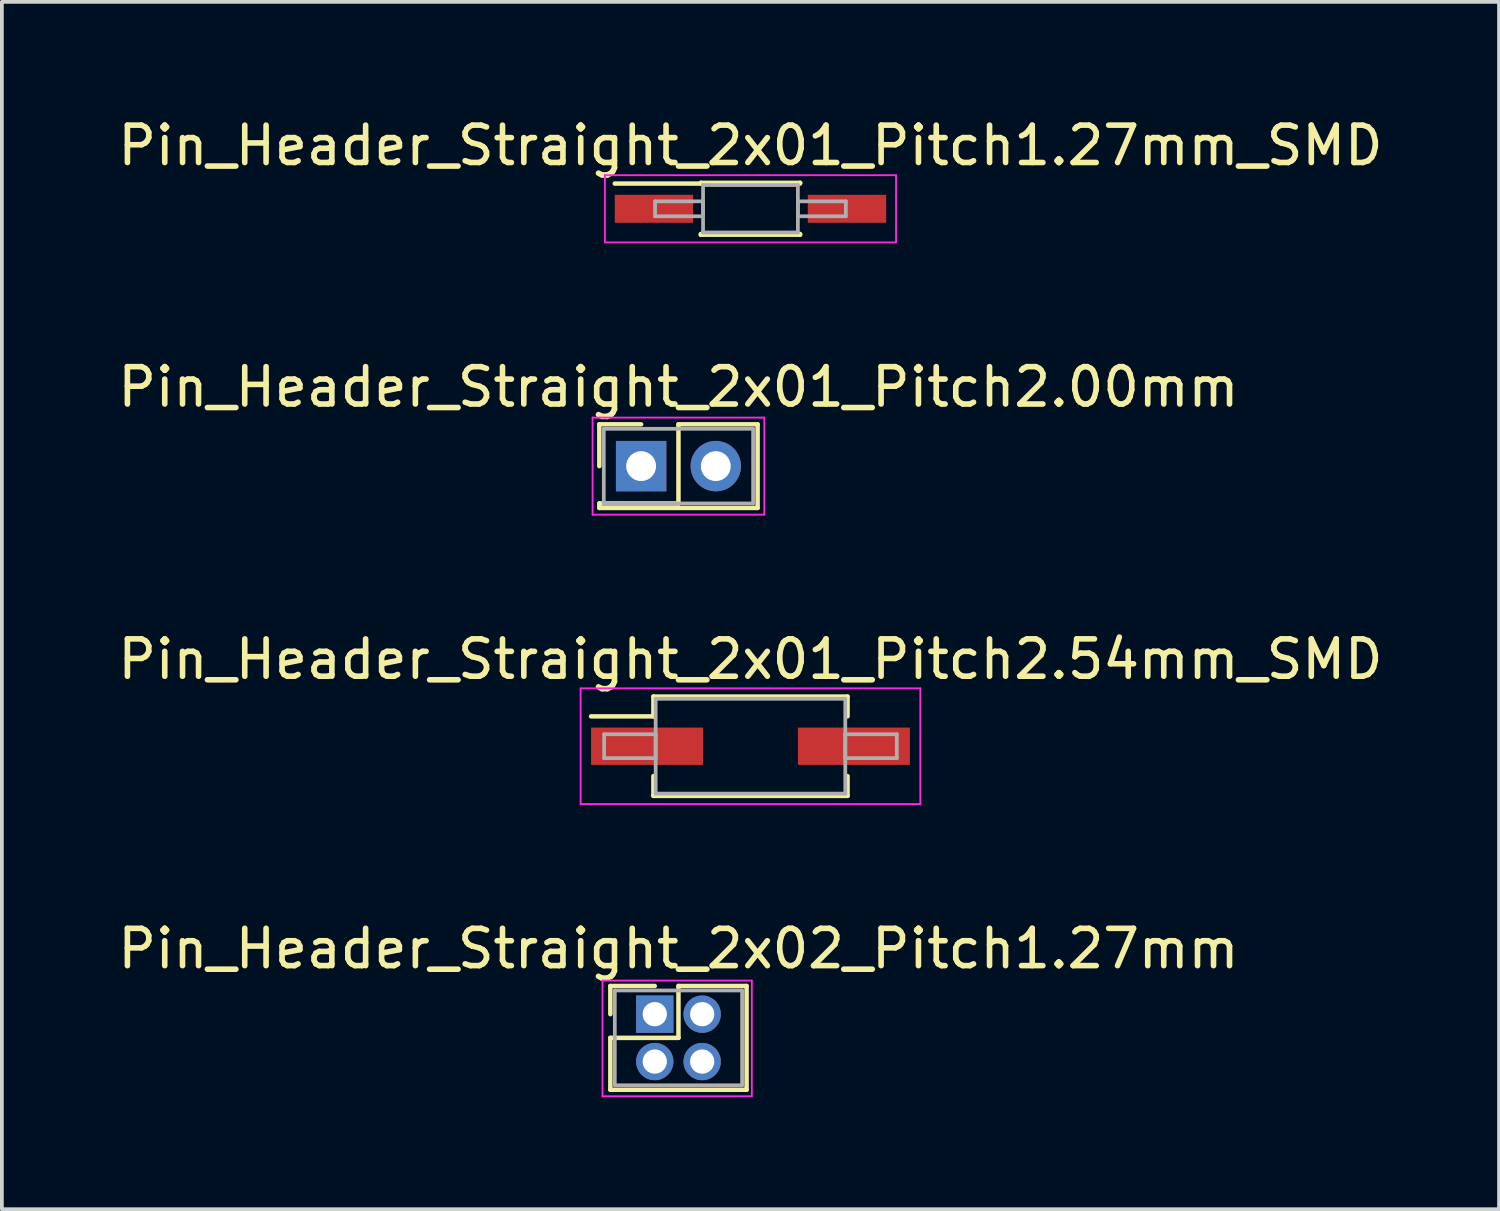
<source format=kicad_pcb>
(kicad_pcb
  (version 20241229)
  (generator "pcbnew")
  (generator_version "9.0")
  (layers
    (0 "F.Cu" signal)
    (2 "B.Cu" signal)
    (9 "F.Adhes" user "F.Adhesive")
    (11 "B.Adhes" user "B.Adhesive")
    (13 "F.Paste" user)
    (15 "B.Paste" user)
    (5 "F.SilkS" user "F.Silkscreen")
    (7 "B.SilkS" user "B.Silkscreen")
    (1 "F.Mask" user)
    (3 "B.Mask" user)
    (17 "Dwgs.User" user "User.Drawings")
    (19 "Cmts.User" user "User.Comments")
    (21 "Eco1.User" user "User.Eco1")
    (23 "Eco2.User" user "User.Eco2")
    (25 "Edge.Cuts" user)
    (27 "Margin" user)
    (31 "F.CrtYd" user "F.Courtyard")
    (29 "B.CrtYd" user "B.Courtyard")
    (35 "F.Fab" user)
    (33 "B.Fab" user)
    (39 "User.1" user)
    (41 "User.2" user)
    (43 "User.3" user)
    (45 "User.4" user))
  (footprint "Pin_Header_Straight_2x01_Pitch1.27mm_SMD"
    (layer "F.Cu")
    (at 17.054 2.543)
    (property "Reference" "Pin_Header_Straight_2x01_Pitch1.27mm_SMD" (at 0 -1.695 0) (layer "F.SilkS") (effects (font (size 1 1) (thickness 0.15))))
    (attr smd)
    (fp_line (start -3.635 -0.675) (end -1.33 -0.675) (stroke (width 0.12) (type solid)) (layer "F.SilkS"))
    (fp_line (start -1.33 -0.695) (end 1.33 -0.695) (stroke (width 0.12) (type solid)) (layer "F.SilkS"))
    (fp_line (start -1.33 -0.675) (end -1.33 -0.695) (stroke (width 0.12) (type solid)) (layer "F.SilkS"))
    (fp_line (start -1.33 0.675) (end -1.33 0.695) (stroke (width 0.12) (type solid)) (layer "F.SilkS"))
    (fp_line (start -1.33 0.695) (end 1.33 0.695) (stroke (width 0.12) (type solid)) (layer "F.SilkS"))
    (fp_line (start 1.33 -0.695) (end 1.33 -0.675) (stroke (width 0.12) (type solid)) (layer "F.SilkS"))
    (fp_line (start 1.33 0.695) (end 1.33 0.675) (stroke (width 0.12) (type solid)) (layer "F.SilkS"))
    (fp_line (start -3.9 -0.9) (end -3.9 0.9) (stroke (width 0.05) (type solid)) (layer "F.CrtYd"))
    (fp_line (start -3.9 0.9) (end 3.9 0.9) (stroke (width 0.05) (type solid)) (layer "F.CrtYd"))
    (fp_line (start 3.9 -0.9) (end -3.9 -0.9) (stroke (width 0.05) (type solid)) (layer "F.CrtYd"))
    (fp_line (start 3.9 0.9) (end 3.9 -0.9) (stroke (width 0.05) (type solid)) (layer "F.CrtYd"))
    (fp_line (start -2.555 -0.2) (end -1.27 -0.2) (stroke (width 0.1) (type solid)) (layer "F.Fab"))
    (fp_line (start -2.555 0.2) (end -2.555 -0.2) (stroke (width 0.1) (type solid)) (layer "F.Fab"))
    (fp_line (start -1.27 -0.635) (end -1.27 0.635) (stroke (width 0.1) (type solid)) (layer "F.Fab"))
    (fp_line (start -1.27 -0.2) (end -1.27 0.2) (stroke (width 0.1) (type solid)) (layer "F.Fab"))
    (fp_line (start -1.27 0.2) (end -2.555 0.2) (stroke (width 0.1) (type solid)) (layer "F.Fab"))
    (fp_line (start -1.27 0.635) (end 1.27 0.635) (stroke (width 0.1) (type solid)) (layer "F.Fab"))
    (fp_line (start 1.27 -0.635) (end -1.27 -0.635) (stroke (width 0.1) (type solid)) (layer "F.Fab"))
    (fp_line (start 1.27 -0.2) (end 1.27 0.2) (stroke (width 0.1) (type solid)) (layer "F.Fab"))
    (fp_line (start 1.27 0.2) (end 2.555 0.2) (stroke (width 0.1) (type solid)) (layer "F.Fab"))
    (fp_line (start 1.27 0.635) (end 1.27 -0.635) (stroke (width 0.1) (type solid)) (layer "F.Fab"))
    (fp_line (start 2.555 -0.2) (end 1.27 -0.2) (stroke (width 0.1) (type solid)) (layer "F.Fab"))
    (fp_line (start 2.555 0.2) (end 2.555 -0.2) (stroke (width 0.1) (type solid)) (layer "F.Fab"))
    (pad "1" smd rect (at -2.585 0) (size 2.1 0.75) (layers "F.Cu" "F.Mask"))
    (pad "2" smd rect (at 2.585 0) (size 2.1 0.75) (layers "F.Cu" "F.Mask")))
  (footprint "Pin_Header_Straight_2x01_Pitch2.00mm"
    (layer "F.Cu")
    (at 14.125 9.437)
    (property "Reference" "Pin_Header_Straight_2x01_Pitch2.00mm" (at 1 -2.12 0) (layer "F.SilkS") (effects (font (size 1 1) (thickness 0.15))))
    (attr through_hole)
    (fp_line (start -1.12 -1.12) (end 0 -1.12) (stroke (width 0.12) (type solid)) (layer "F.SilkS"))
    (fp_line (start -1.12 0) (end -1.12 -1.12) (stroke (width 0.12) (type solid)) (layer "F.SilkS"))
    (fp_line (start -1.12 1) (end -1.12 1.12) (stroke (width 0.12) (type solid)) (layer "F.SilkS"))
    (fp_line (start -1.12 1.12) (end 3.12 1.12) (stroke (width 0.12) (type solid)) (layer "F.SilkS"))
    (fp_line (start 1 -1.12) (end 1 1) (stroke (width 0.12) (type solid)) (layer "F.SilkS"))
    (fp_line (start 1 1) (end -1.12 1) (stroke (width 0.12) (type solid)) (layer "F.SilkS"))
    (fp_line (start 3.12 -1.12) (end 1 -1.12) (stroke (width 0.12) (type solid)) (layer "F.SilkS"))
    (fp_line (start 3.12 1.12) (end 3.12 -1.12) (stroke (width 0.12) (type solid)) (layer "F.SilkS"))
    (fp_line (start -1.3 -1.3) (end -1.3 1.3) (stroke (width 0.05) (type solid)) (layer "F.CrtYd"))
    (fp_line (start -1.3 1.3) (end 3.3 1.3) (stroke (width 0.05) (type solid)) (layer "F.CrtYd"))
    (fp_line (start 3.3 -1.3) (end -1.3 -1.3) (stroke (width 0.05) (type solid)) (layer "F.CrtYd"))
    (fp_line (start 3.3 1.3) (end 3.3 -1.3) (stroke (width 0.05) (type solid)) (layer "F.CrtYd"))
    (fp_line (start -1 -1) (end -1 1) (stroke (width 0.1) (type solid)) (layer "F.Fab"))
    (fp_line (start -1 1) (end 3 1) (stroke (width 0.1) (type solid)) (layer "F.Fab"))
    (fp_line (start 3 -1) (end -1 -1) (stroke (width 0.1) (type solid)) (layer "F.Fab"))
    (fp_line (start 3 1) (end 3 -1) (stroke (width 0.1) (type solid)) (layer "F.Fab"))
    (pad "1" thru_hole rect (at 0 0) (size 1.35 1.35) (drill 0.8) (layers "*.Cu" "*.Mask"))
    (pad "2" thru_hole oval (at 2 0) (size 1.35 1.35) (drill 0.8) (layers "*.Cu" "*.Mask")))
  (footprint "Pin_Header_Straight_2x02_Pitch1.27mm"
    (layer "F.Cu")
    (at 14.49 24.118)
    (property "Reference" "Pin_Header_Straight_2x02_Pitch1.27mm" (at 0.635 -1.755 0) (layer "F.SilkS") (effects (font (size 1 1) (thickness 0.15))))
    (attr through_hole)
    (fp_line (start -1.19 -0.755) (end 0 -0.755) (stroke (width 0.12) (type solid)) (layer "F.SilkS"))
    (fp_line (start -1.19 0) (end -1.19 -0.755) (stroke (width 0.12) (type solid)) (layer "F.SilkS"))
    (fp_line (start -1.19 0.635) (end -1.19 2.025) (stroke (width 0.12) (type solid)) (layer "F.SilkS"))
    (fp_line (start -1.19 2.025) (end 2.46 2.025) (stroke (width 0.12) (type solid)) (layer "F.SilkS"))
    (fp_line (start 0.635 -0.755) (end 0.635 0.635) (stroke (width 0.12) (type solid)) (layer "F.SilkS"))
    (fp_line (start 0.635 0.635) (end -1.19 0.635) (stroke (width 0.12) (type solid)) (layer "F.SilkS"))
    (fp_line (start 2.46 -0.755) (end 0.635 -0.755) (stroke (width 0.12) (type solid)) (layer "F.SilkS"))
    (fp_line (start 2.46 2.025) (end 2.46 -0.755) (stroke (width 0.12) (type solid)) (layer "F.SilkS"))
    (fp_line (start -1.4 -0.9) (end -1.4 2.2) (stroke (width 0.05) (type solid)) (layer "F.CrtYd"))
    (fp_line (start -1.4 2.2) (end 2.6 2.2) (stroke (width 0.05) (type solid)) (layer "F.CrtYd"))
    (fp_line (start 2.6 -0.9) (end -1.4 -0.9) (stroke (width 0.05) (type solid)) (layer "F.CrtYd"))
    (fp_line (start 2.6 2.2) (end 2.6 -0.9) (stroke (width 0.05) (type solid)) (layer "F.CrtYd"))
    (fp_line (start -1.07 -0.635) (end -1.07 1.905) (stroke (width 0.1) (type solid)) (layer "F.Fab"))
    (fp_line (start -1.07 1.905) (end 2.34 1.905) (stroke (width 0.1) (type solid)) (layer "F.Fab"))
    (fp_line (start 2.34 -0.635) (end -1.07 -0.635) (stroke (width 0.1) (type solid)) (layer "F.Fab"))
    (fp_line (start 2.34 1.905) (end 2.34 -0.635) (stroke (width 0.1) (type solid)) (layer "F.Fab"))
    (pad "1" thru_hole rect (at 0 0) (size 1 1) (drill 0.65) (layers "*.Cu" "*.Mask"))
    (pad "2" thru_hole oval (at 1.27 0) (size 1 1) (drill 0.65) (layers "*.Cu" "*.Mask"))
    (pad "3" thru_hole oval (at 0 1.27) (size 1 1) (drill 0.65) (layers "*.Cu" "*.Mask"))
    (pad "4" thru_hole oval (at 1.27 1.27) (size 1 1) (drill 0.65) (layers "*.Cu" "*.Mask")))
  (footprint "Pin_Header_Straight_2x01_Pitch2.54mm_SMD"
    (layer "F.Cu")
    (at 17.054 16.94)
    (property "Reference" "Pin_Header_Straight_2x01_Pitch2.54mm_SMD" (at 0 -2.33 0) (layer "F.SilkS") (effects (font (size 1 1) (thickness 0.15))))
    (attr smd)
    (fp_line (start -4.27 -0.8) (end -2.6 -0.8) (stroke (width 0.12) (type solid)) (layer "F.SilkS"))
    (fp_line (start -2.6 -1.33) (end 2.6 -1.33) (stroke (width 0.12) (type solid)) (layer "F.SilkS"))
    (fp_line (start -2.6 -0.8) (end -2.6 -1.33) (stroke (width 0.12) (type solid)) (layer "F.SilkS"))
    (fp_line (start -2.6 0.8) (end -2.6 1.33) (stroke (width 0.12) (type solid)) (layer "F.SilkS"))
    (fp_line (start -2.6 1.33) (end 2.6 1.33) (stroke (width 0.12) (type solid)) (layer "F.SilkS"))
    (fp_line (start 2.6 -1.33) (end 2.6 -0.8) (stroke (width 0.12) (type solid)) (layer "F.SilkS"))
    (fp_line (start 2.6 1.33) (end 2.6 0.8) (stroke (width 0.12) (type solid)) (layer "F.SilkS"))
    (fp_line (start -4.55 -1.55) (end -4.55 1.55) (stroke (width 0.05) (type solid)) (layer "F.CrtYd"))
    (fp_line (start -4.55 1.55) (end 4.55 1.55) (stroke (width 0.05) (type solid)) (layer "F.CrtYd"))
    (fp_line (start 4.55 -1.55) (end -4.55 -1.55) (stroke (width 0.05) (type solid)) (layer "F.CrtYd"))
    (fp_line (start 4.55 1.55) (end 4.55 -1.55) (stroke (width 0.05) (type solid)) (layer "F.CrtYd"))
    (fp_line (start -3.92 -0.32) (end -2.54 -0.32) (stroke (width 0.1) (type solid)) (layer "F.Fab"))
    (fp_line (start -3.92 0.32) (end -3.92 -0.32) (stroke (width 0.1) (type solid)) (layer "F.Fab"))
    (fp_line (start -2.54 -1.27) (end -2.54 1.27) (stroke (width 0.1) (type solid)) (layer "F.Fab"))
    (fp_line (start -2.54 -0.32) (end -2.54 0.32) (stroke (width 0.1) (type solid)) (layer "F.Fab"))
    (fp_line (start -2.54 0.32) (end -3.92 0.32) (stroke (width 0.1) (type solid)) (layer "F.Fab"))
    (fp_line (start -2.54 1.27) (end 2.54 1.27) (stroke (width 0.1) (type solid)) (layer "F.Fab"))
    (fp_line (start 2.54 -1.27) (end -2.54 -1.27) (stroke (width 0.1) (type solid)) (layer "F.Fab"))
    (fp_line (start 2.54 -0.32) (end 2.54 0.32) (stroke (width 0.1) (type solid)) (layer "F.Fab"))
    (fp_line (start 2.54 0.32) (end 3.92 0.32) (stroke (width 0.1) (type solid)) (layer "F.Fab"))
    (fp_line (start 2.54 1.27) (end 2.54 -1.27) (stroke (width 0.1) (type solid)) (layer "F.Fab"))
    (fp_line (start 3.92 -0.32) (end 2.54 -0.32) (stroke (width 0.1) (type solid)) (layer "F.Fab"))
    (fp_line (start 3.92 0.32) (end 3.92 -0.32) (stroke (width 0.1) (type solid)) (layer "F.Fab"))
    (pad "1" smd rect (at -2.77 0) (size 3 1) (layers "F.Cu" "F.Mask"))
    (pad "2" smd rect (at 2.77 0) (size 3 1) (layers "F.Cu" "F.Mask")))
  (gr_rect
    (start -3 -3)
    (end 37.107 29.343)
    (stroke (width 0.1) (type default))
    (fill no)
    (layer "Edge.Cuts")))
</source>
